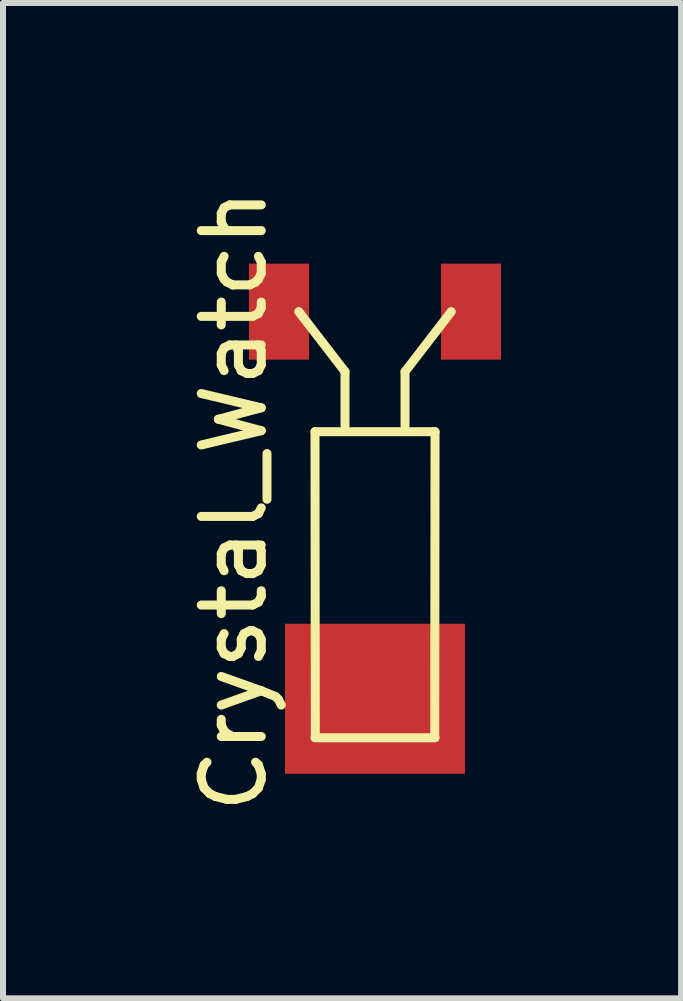
<source format=kicad_pcb>
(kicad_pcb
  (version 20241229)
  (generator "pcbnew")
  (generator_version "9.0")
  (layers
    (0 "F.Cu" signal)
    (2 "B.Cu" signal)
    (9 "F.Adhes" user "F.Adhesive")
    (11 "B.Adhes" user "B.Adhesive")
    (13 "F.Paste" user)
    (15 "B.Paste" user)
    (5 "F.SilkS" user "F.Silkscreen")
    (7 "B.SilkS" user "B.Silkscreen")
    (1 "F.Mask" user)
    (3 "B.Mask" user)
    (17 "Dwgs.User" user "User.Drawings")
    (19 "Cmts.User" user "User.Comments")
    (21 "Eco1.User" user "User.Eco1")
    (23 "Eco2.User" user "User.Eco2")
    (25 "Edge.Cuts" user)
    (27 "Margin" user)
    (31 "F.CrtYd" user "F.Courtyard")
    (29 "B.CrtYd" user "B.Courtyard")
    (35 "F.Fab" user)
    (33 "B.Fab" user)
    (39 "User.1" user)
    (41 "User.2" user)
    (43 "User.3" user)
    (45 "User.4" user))
  (footprint "Crystal_Watch"
    (layer "F.Cu")
    (at 3.198 2.142)
    (property "Reference" "Crystal_Watch" (at -2.35 3.15 90) (layer "F.SilkS") (effects (font (size 1 1) (thickness 0.15))))
    (attr through_hole)
    (fp_line (start -1.27 0) (end -0.5 1) (stroke (width 0.15) (type solid)) (layer "F.SilkS"))
    (fp_line (start -1 2) (end 1 2) (stroke (width 0.15) (type solid)) (layer "F.SilkS"))
    (fp_line (start -0.995 7.095) (end -1 2) (stroke (width 0.15) (type solid)) (layer "F.SilkS"))
    (fp_line (start -0.5 1) (end -0.5 1.9) (stroke (width 0.15) (type solid)) (layer "F.SilkS"))
    (fp_line (start 0.5 1) (end 0.5 1.9) (stroke (width 0.15) (type solid)) (layer "F.SilkS"))
    (fp_line (start 1 2) (end 0.995 7.095) (stroke (width 0.15) (type solid)) (layer "F.SilkS"))
    (fp_line (start 1 7.1) (end -1 7.1) (stroke (width 0.15) (type solid)) (layer "F.SilkS"))
    (fp_line (start 1.27 0) (end 0.5 1) (stroke (width 0.15) (type solid)) (layer "F.SilkS"))
    (pad "" smd rect (at 0 6.45) (size 3 2.5) (layers "F.Cu" "F.Mask" "F.Paste"))
    (pad "1" smd rect (at -1.6 0) (size 1 1.6) (layers "F.Cu" "F.Mask" "F.Paste"))
    (pad "2" smd rect (at 1.6 0) (size 1 1.6) (layers "F.Cu" "F.Mask" "F.Paste")))
  (gr_rect
    (start -3 -3)
    (end 8.298 13.583)
    (stroke (width 0.1) (type default))
    (fill no)
    (layer "Edge.Cuts")))
</source>
